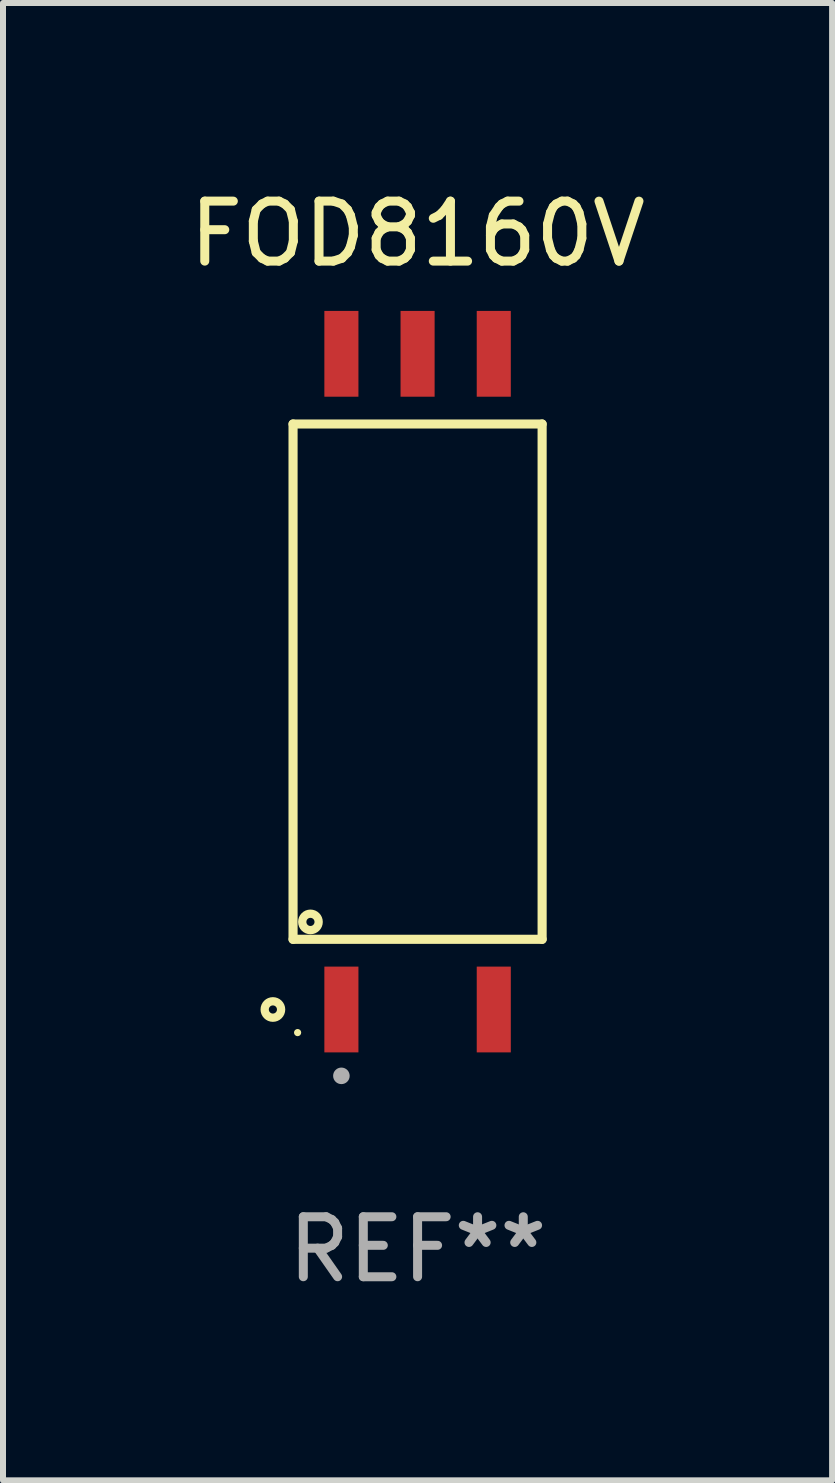
<source format=kicad_pcb>
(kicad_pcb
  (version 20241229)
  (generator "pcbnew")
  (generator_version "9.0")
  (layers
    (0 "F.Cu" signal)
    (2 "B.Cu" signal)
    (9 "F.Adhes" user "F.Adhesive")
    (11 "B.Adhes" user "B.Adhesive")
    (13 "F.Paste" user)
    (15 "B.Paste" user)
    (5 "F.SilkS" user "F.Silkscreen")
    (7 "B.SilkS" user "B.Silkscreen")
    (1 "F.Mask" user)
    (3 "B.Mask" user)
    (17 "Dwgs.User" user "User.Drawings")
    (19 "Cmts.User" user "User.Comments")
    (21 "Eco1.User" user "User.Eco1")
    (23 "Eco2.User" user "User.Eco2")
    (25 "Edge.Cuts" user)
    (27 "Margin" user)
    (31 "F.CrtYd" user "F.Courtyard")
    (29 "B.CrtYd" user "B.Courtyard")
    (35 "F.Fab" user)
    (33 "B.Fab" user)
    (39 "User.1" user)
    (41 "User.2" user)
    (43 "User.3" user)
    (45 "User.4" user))
  (footprint "FOD8160V"
    (layer "F.Cu")
    (at 3.911 8.313)
    (property "Reference" "FOD8160V" (at 0 -7.465 0) (layer "F.SilkS") (effects (font (size 1 1) (thickness 0.15))))
    (attr through_hole)
    (fp_line (start -2.076 -4.295) (end 2.076 -4.295) (stroke (width 0.152) (type solid)) (layer "F.SilkS"))
    (fp_line (start -2.076 4.295) (end -2.076 -4.295) (stroke (width 0.152) (type solid)) (layer "F.SilkS"))
    (fp_line (start 2.076 -4.295) (end 2.076 4.295) (stroke (width 0.152) (type solid)) (layer "F.SilkS"))
    (fp_line (start 2.076 4.295) (end -2.076 4.295) (stroke (width 0.152) (type solid)) (layer "F.SilkS"))
    (fp_circle (center -2.412 5.465) (end -2.344 5.465) (stroke (width 0.138) (type solid)) (fill no) (layer "F.SilkS"))
    (fp_circle (center -2 5.85) (end -1.97 5.85) (stroke (width 0.06) (type solid)) (fill no) (layer "F.SilkS"))
    (fp_circle (center -1.786 4.005) (end -1.718 4.005) (stroke (width 0.138) (type solid)) (fill no) (layer "F.SilkS"))
    (fp_circle (center -1.27 6.571) (end -1.201 6.571) (stroke (width 0.138) (type solid)) (fill no) (layer "F.Fab"))
    (fp_text user "REF**" (at 0 9.465 0) (layer "F.Fab") (effects (font (size 1 1) (thickness 0.15))))
    (pad "1" smd rect (at -1.27 5.465) (size 0.568 1.43) (layers "F.Cu" "F.Mask" "F.Paste"))
    (pad "3" smd rect (at 1.27 5.465) (size 0.568 1.43) (layers "F.Cu" "F.Mask" "F.Paste"))
    (pad "4" smd rect (at 1.27 -5.465) (size 0.568 1.43) (layers "F.Cu" "F.Mask" "F.Paste"))
    (pad "5" smd rect (at 0 -5.465) (size 0.568 1.43) (layers "F.Cu" "F.Mask" "F.Paste"))
    (pad "6" smd rect (at -1.27 -5.465) (size 0.568 1.43) (layers "F.Cu" "F.Mask" "F.Paste")))
  (gr_rect
    (start -3 -3)
    (end 10.821 21.627)
    (stroke (width 0.1) (type default))
    (fill no)
    (layer "Edge.Cuts")))
</source>
